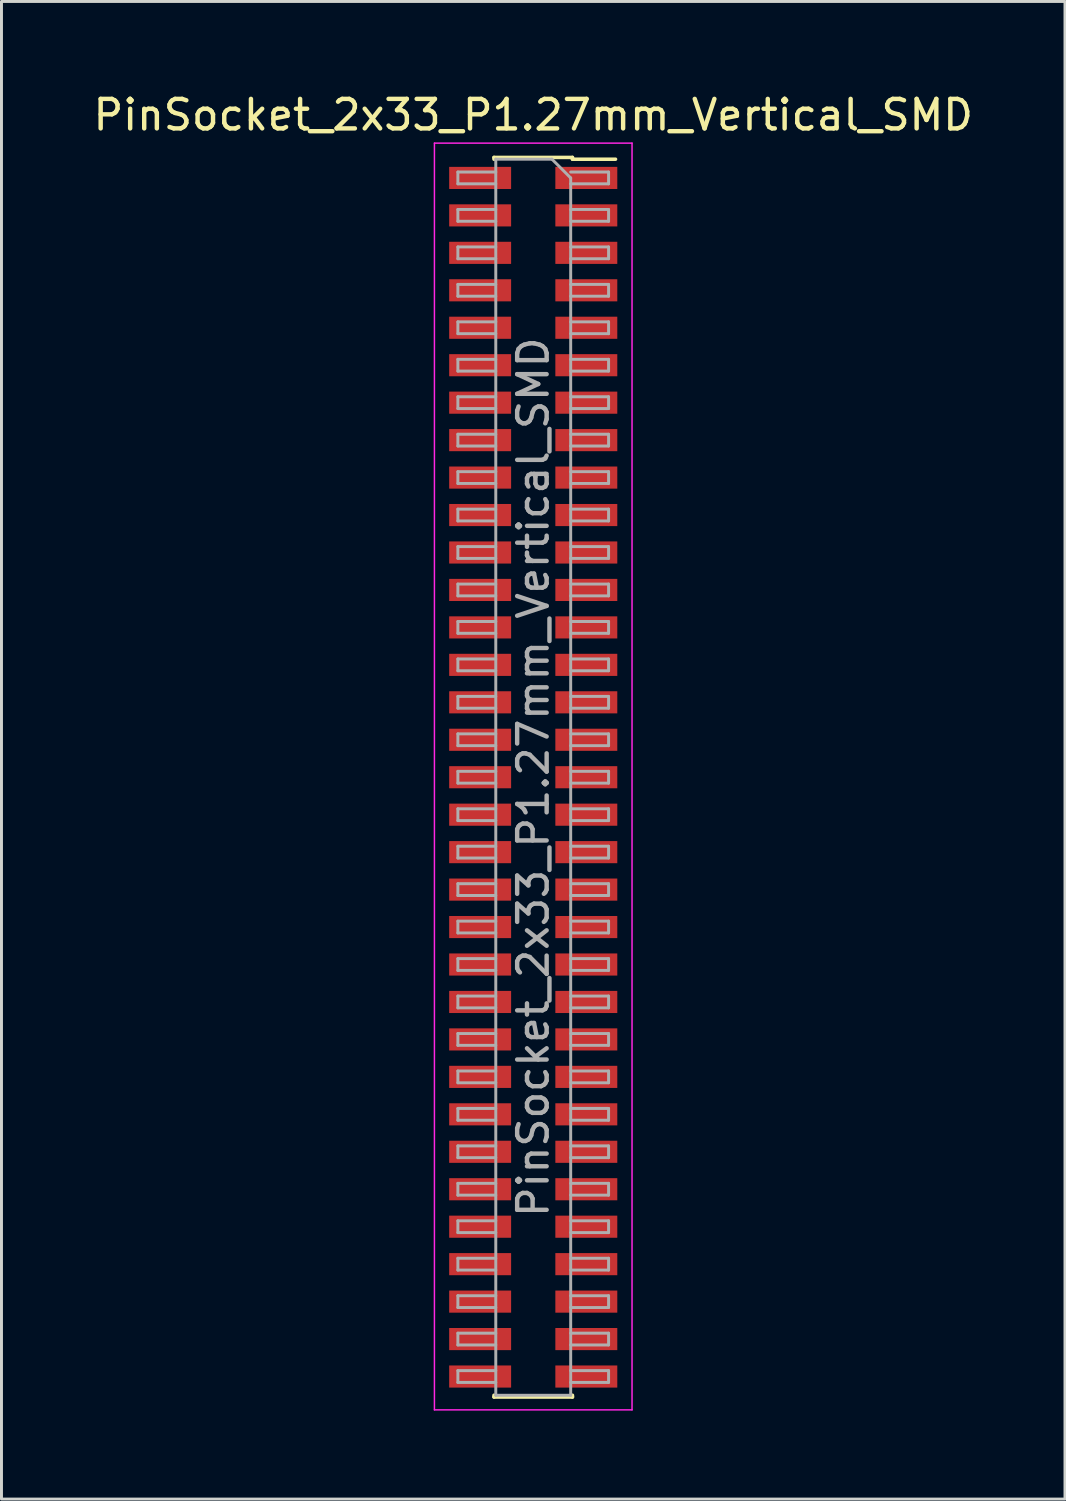
<source format=kicad_pcb>
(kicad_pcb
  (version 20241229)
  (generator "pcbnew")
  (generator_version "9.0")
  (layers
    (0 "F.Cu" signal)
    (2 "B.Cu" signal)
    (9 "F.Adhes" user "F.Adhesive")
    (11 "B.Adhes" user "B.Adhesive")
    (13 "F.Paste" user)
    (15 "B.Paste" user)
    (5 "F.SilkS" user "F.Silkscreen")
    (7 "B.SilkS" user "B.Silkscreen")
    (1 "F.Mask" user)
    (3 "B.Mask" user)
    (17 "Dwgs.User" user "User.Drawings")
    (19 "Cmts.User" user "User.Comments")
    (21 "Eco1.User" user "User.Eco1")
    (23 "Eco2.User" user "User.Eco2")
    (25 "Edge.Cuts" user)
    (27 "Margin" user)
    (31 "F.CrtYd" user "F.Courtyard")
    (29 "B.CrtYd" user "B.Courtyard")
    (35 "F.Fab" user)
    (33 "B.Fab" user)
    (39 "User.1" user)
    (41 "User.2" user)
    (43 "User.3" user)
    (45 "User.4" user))
  (footprint "PinSocket_2x33_P1.27mm_Vertical_SMD"
    (layer "F.Cu")
    (at 15.03 23.303)
    (property "Reference" "PinSocket_2x33_P1.27mm_Vertical_SMD" (at 0 -22.455 0) (layer "F.SilkS") (effects (font (size 1 1) (thickness 0.15))))
    (attr smd)
    (fp_line (start -1.33 -21.015) (end -1.33 -20.955) (stroke (width 0.12) (type solid)) (layer "F.SilkS"))
    (fp_line (start -1.33 -21.015) (end 1.33 -21.015) (stroke (width 0.12) (type solid)) (layer "F.SilkS"))
    (fp_line (start -1.33 20.955) (end -1.33 21.015) (stroke (width 0.12) (type solid)) (layer "F.SilkS"))
    (fp_line (start -1.33 21.015) (end 1.33 21.015) (stroke (width 0.12) (type solid)) (layer "F.SilkS"))
    (fp_line (start 1.33 -21.015) (end 1.33 -20.955) (stroke (width 0.12) (type solid)) (layer "F.SilkS"))
    (fp_line (start 1.33 -20.955) (end 2.79 -20.955) (stroke (width 0.12) (type solid)) (layer "F.SilkS"))
    (fp_line (start 1.33 20.955) (end 1.33 21.015) (stroke (width 0.12) (type solid)) (layer "F.SilkS"))
    (fp_line (start -3.35 -21.5) (end 3.35 -21.5) (stroke (width 0.05) (type solid)) (layer "F.CrtYd"))
    (fp_line (start -3.35 21.45) (end -3.35 -21.5) (stroke (width 0.05) (type solid)) (layer "F.CrtYd"))
    (fp_line (start 3.35 -21.5) (end 3.35 21.45) (stroke (width 0.05) (type solid)) (layer "F.CrtYd"))
    (fp_line (start 3.35 21.45) (end -3.35 21.45) (stroke (width 0.05) (type solid)) (layer "F.CrtYd"))
    (fp_line (start -2.555 -20.52) (end -1.27 -20.52) (stroke (width 0.1) (type solid)) (layer "F.Fab"))
    (fp_line (start -2.555 -20.12) (end -2.555 -20.52) (stroke (width 0.1) (type solid)) (layer "F.Fab"))
    (fp_line (start -2.555 -19.25) (end -1.27 -19.25) (stroke (width 0.1) (type solid)) (layer "F.Fab"))
    (fp_line (start -2.555 -18.85) (end -2.555 -19.25) (stroke (width 0.1) (type solid)) (layer "F.Fab"))
    (fp_line (start -2.555 -17.98) (end -1.27 -17.98) (stroke (width 0.1) (type solid)) (layer "F.Fab"))
    (fp_line (start -2.555 -17.58) (end -2.555 -17.98) (stroke (width 0.1) (type solid)) (layer "F.Fab"))
    (fp_line (start -2.555 -16.71) (end -1.27 -16.71) (stroke (width 0.1) (type solid)) (layer "F.Fab"))
    (fp_line (start -2.555 -16.31) (end -2.555 -16.71) (stroke (width 0.1) (type solid)) (layer "F.Fab"))
    (fp_line (start -2.555 -15.44) (end -1.27 -15.44) (stroke (width 0.1) (type solid)) (layer "F.Fab"))
    (fp_line (start -2.555 -15.04) (end -2.555 -15.44) (stroke (width 0.1) (type solid)) (layer "F.Fab"))
    (fp_line (start -2.555 -14.17) (end -1.27 -14.17) (stroke (width 0.1) (type solid)) (layer "F.Fab"))
    (fp_line (start -2.555 -13.77) (end -2.555 -14.17) (stroke (width 0.1) (type solid)) (layer "F.Fab"))
    (fp_line (start -2.555 -12.9) (end -1.27 -12.9) (stroke (width 0.1) (type solid)) (layer "F.Fab"))
    (fp_line (start -2.555 -12.5) (end -2.555 -12.9) (stroke (width 0.1) (type solid)) (layer "F.Fab"))
    (fp_line (start -2.555 -11.63) (end -1.27 -11.63) (stroke (width 0.1) (type solid)) (layer "F.Fab"))
    (fp_line (start -2.555 -11.23) (end -2.555 -11.63) (stroke (width 0.1) (type solid)) (layer "F.Fab"))
    (fp_line (start -2.555 -10.36) (end -1.27 -10.36) (stroke (width 0.1) (type solid)) (layer "F.Fab"))
    (fp_line (start -2.555 -9.96) (end -2.555 -10.36) (stroke (width 0.1) (type solid)) (layer "F.Fab"))
    (fp_line (start -2.555 -9.09) (end -1.27 -9.09) (stroke (width 0.1) (type solid)) (layer "F.Fab"))
    (fp_line (start -2.555 -8.69) (end -2.555 -9.09) (stroke (width 0.1) (type solid)) (layer "F.Fab"))
    (fp_line (start -2.555 -7.82) (end -1.27 -7.82) (stroke (width 0.1) (type solid)) (layer "F.Fab"))
    (fp_line (start -2.555 -7.42) (end -2.555 -7.82) (stroke (width 0.1) (type solid)) (layer "F.Fab"))
    (fp_line (start -2.555 -6.55) (end -1.27 -6.55) (stroke (width 0.1) (type solid)) (layer "F.Fab"))
    (fp_line (start -2.555 -6.15) (end -2.555 -6.55) (stroke (width 0.1) (type solid)) (layer "F.Fab"))
    (fp_line (start -2.555 -5.28) (end -1.27 -5.28) (stroke (width 0.1) (type solid)) (layer "F.Fab"))
    (fp_line (start -2.555 -4.88) (end -2.555 -5.28) (stroke (width 0.1) (type solid)) (layer "F.Fab"))
    (fp_line (start -2.555 -4.01) (end -1.27 -4.01) (stroke (width 0.1) (type solid)) (layer "F.Fab"))
    (fp_line (start -2.555 -3.61) (end -2.555 -4.01) (stroke (width 0.1) (type solid)) (layer "F.Fab"))
    (fp_line (start -2.555 -2.74) (end -1.27 -2.74) (stroke (width 0.1) (type solid)) (layer "F.Fab"))
    (fp_line (start -2.555 -2.34) (end -2.555 -2.74) (stroke (width 0.1) (type solid)) (layer "F.Fab"))
    (fp_line (start -2.555 -1.47) (end -1.27 -1.47) (stroke (width 0.1) (type solid)) (layer "F.Fab"))
    (fp_line (start -2.555 -1.07) (end -2.555 -1.47) (stroke (width 0.1) (type solid)) (layer "F.Fab"))
    (fp_line (start -2.555 -0.2) (end -1.27 -0.2) (stroke (width 0.1) (type solid)) (layer "F.Fab"))
    (fp_line (start -2.555 0.2) (end -2.555 -0.2) (stroke (width 0.1) (type solid)) (layer "F.Fab"))
    (fp_line (start -2.555 1.07) (end -1.27 1.07) (stroke (width 0.1) (type solid)) (layer "F.Fab"))
    (fp_line (start -2.555 1.47) (end -2.555 1.07) (stroke (width 0.1) (type solid)) (layer "F.Fab"))
    (fp_line (start -2.555 2.34) (end -1.27 2.34) (stroke (width 0.1) (type solid)) (layer "F.Fab"))
    (fp_line (start -2.555 2.74) (end -2.555 2.34) (stroke (width 0.1) (type solid)) (layer "F.Fab"))
    (fp_line (start -2.555 3.61) (end -1.27 3.61) (stroke (width 0.1) (type solid)) (layer "F.Fab"))
    (fp_line (start -2.555 4.01) (end -2.555 3.61) (stroke (width 0.1) (type solid)) (layer "F.Fab"))
    (fp_line (start -2.555 4.88) (end -1.27 4.88) (stroke (width 0.1) (type solid)) (layer "F.Fab"))
    (fp_line (start -2.555 5.28) (end -2.555 4.88) (stroke (width 0.1) (type solid)) (layer "F.Fab"))
    (fp_line (start -2.555 6.15) (end -1.27 6.15) (stroke (width 0.1) (type solid)) (layer "F.Fab"))
    (fp_line (start -2.555 6.55) (end -2.555 6.15) (stroke (width 0.1) (type solid)) (layer "F.Fab"))
    (fp_line (start -2.555 7.42) (end -1.27 7.42) (stroke (width 0.1) (type solid)) (layer "F.Fab"))
    (fp_line (start -2.555 7.82) (end -2.555 7.42) (stroke (width 0.1) (type solid)) (layer "F.Fab"))
    (fp_line (start -2.555 8.69) (end -1.27 8.69) (stroke (width 0.1) (type solid)) (layer "F.Fab"))
    (fp_line (start -2.555 9.09) (end -2.555 8.69) (stroke (width 0.1) (type solid)) (layer "F.Fab"))
    (fp_line (start -2.555 9.96) (end -1.27 9.96) (stroke (width 0.1) (type solid)) (layer "F.Fab"))
    (fp_line (start -2.555 10.36) (end -2.555 9.96) (stroke (width 0.1) (type solid)) (layer "F.Fab"))
    (fp_line (start -2.555 11.23) (end -1.27 11.23) (stroke (width 0.1) (type solid)) (layer "F.Fab"))
    (fp_line (start -2.555 11.63) (end -2.555 11.23) (stroke (width 0.1) (type solid)) (layer "F.Fab"))
    (fp_line (start -2.555 12.5) (end -1.27 12.5) (stroke (width 0.1) (type solid)) (layer "F.Fab"))
    (fp_line (start -2.555 12.9) (end -2.555 12.5) (stroke (width 0.1) (type solid)) (layer "F.Fab"))
    (fp_line (start -2.555 13.77) (end -1.27 13.77) (stroke (width 0.1) (type solid)) (layer "F.Fab"))
    (fp_line (start -2.555 14.17) (end -2.555 13.77) (stroke (width 0.1) (type solid)) (layer "F.Fab"))
    (fp_line (start -2.555 15.04) (end -1.27 15.04) (stroke (width 0.1) (type solid)) (layer "F.Fab"))
    (fp_line (start -2.555 15.44) (end -2.555 15.04) (stroke (width 0.1) (type solid)) (layer "F.Fab"))
    (fp_line (start -2.555 16.31) (end -1.27 16.31) (stroke (width 0.1) (type solid)) (layer "F.Fab"))
    (fp_line (start -2.555 16.71) (end -2.555 16.31) (stroke (width 0.1) (type solid)) (layer "F.Fab"))
    (fp_line (start -2.555 17.58) (end -1.27 17.58) (stroke (width 0.1) (type solid)) (layer "F.Fab"))
    (fp_line (start -2.555 17.98) (end -2.555 17.58) (stroke (width 0.1) (type solid)) (layer "F.Fab"))
    (fp_line (start -2.555 18.85) (end -1.27 18.85) (stroke (width 0.1) (type solid)) (layer "F.Fab"))
    (fp_line (start -2.555 19.25) (end -2.555 18.85) (stroke (width 0.1) (type solid)) (layer "F.Fab"))
    (fp_line (start -2.555 20.12) (end -1.27 20.12) (stroke (width 0.1) (type solid)) (layer "F.Fab"))
    (fp_line (start -2.555 20.52) (end -2.555 20.12) (stroke (width 0.1) (type solid)) (layer "F.Fab"))
    (fp_line (start -1.27 -20.955) (end 0.635 -20.955) (stroke (width 0.1) (type solid)) (layer "F.Fab"))
    (fp_line (start -1.27 -20.12) (end -2.555 -20.12) (stroke (width 0.1) (type solid)) (layer "F.Fab"))
    (fp_line (start -1.27 -18.85) (end -2.555 -18.85) (stroke (width 0.1) (type solid)) (layer "F.Fab"))
    (fp_line (start -1.27 -17.58) (end -2.555 -17.58) (stroke (width 0.1) (type solid)) (layer "F.Fab"))
    (fp_line (start -1.27 -16.31) (end -2.555 -16.31) (stroke (width 0.1) (type solid)) (layer "F.Fab"))
    (fp_line (start -1.27 -15.04) (end -2.555 -15.04) (stroke (width 0.1) (type solid)) (layer "F.Fab"))
    (fp_line (start -1.27 -13.77) (end -2.555 -13.77) (stroke (width 0.1) (type solid)) (layer "F.Fab"))
    (fp_line (start -1.27 -12.5) (end -2.555 -12.5) (stroke (width 0.1) (type solid)) (layer "F.Fab"))
    (fp_line (start -1.27 -11.23) (end -2.555 -11.23) (stroke (width 0.1) (type solid)) (layer "F.Fab"))
    (fp_line (start -1.27 -9.96) (end -2.555 -9.96) (stroke (width 0.1) (type solid)) (layer "F.Fab"))
    (fp_line (start -1.27 -8.69) (end -2.555 -8.69) (stroke (width 0.1) (type solid)) (layer "F.Fab"))
    (fp_line (start -1.27 -7.42) (end -2.555 -7.42) (stroke (width 0.1) (type solid)) (layer "F.Fab"))
    (fp_line (start -1.27 -6.15) (end -2.555 -6.15) (stroke (width 0.1) (type solid)) (layer "F.Fab"))
    (fp_line (start -1.27 -4.88) (end -2.555 -4.88) (stroke (width 0.1) (type solid)) (layer "F.Fab"))
    (fp_line (start -1.27 -3.61) (end -2.555 -3.61) (stroke (width 0.1) (type solid)) (layer "F.Fab"))
    (fp_line (start -1.27 -2.34) (end -2.555 -2.34) (stroke (width 0.1) (type solid)) (layer "F.Fab"))
    (fp_line (start -1.27 -1.07) (end -2.555 -1.07) (stroke (width 0.1) (type solid)) (layer "F.Fab"))
    (fp_line (start -1.27 0.2) (end -2.555 0.2) (stroke (width 0.1) (type solid)) (layer "F.Fab"))
    (fp_line (start -1.27 1.47) (end -2.555 1.47) (stroke (width 0.1) (type solid)) (layer "F.Fab"))
    (fp_line (start -1.27 2.74) (end -2.555 2.74) (stroke (width 0.1) (type solid)) (layer "F.Fab"))
    (fp_line (start -1.27 4.01) (end -2.555 4.01) (stroke (width 0.1) (type solid)) (layer "F.Fab"))
    (fp_line (start -1.27 5.28) (end -2.555 5.28) (stroke (width 0.1) (type solid)) (layer "F.Fab"))
    (fp_line (start -1.27 6.55) (end -2.555 6.55) (stroke (width 0.1) (type solid)) (layer "F.Fab"))
    (fp_line (start -1.27 7.82) (end -2.555 7.82) (stroke (width 0.1) (type solid)) (layer "F.Fab"))
    (fp_line (start -1.27 9.09) (end -2.555 9.09) (stroke (width 0.1) (type solid)) (layer "F.Fab"))
    (fp_line (start -1.27 10.36) (end -2.555 10.36) (stroke (width 0.1) (type solid)) (layer "F.Fab"))
    (fp_line (start -1.27 11.63) (end -2.555 11.63) (stroke (width 0.1) (type solid)) (layer "F.Fab"))
    (fp_line (start -1.27 12.9) (end -2.555 12.9) (stroke (width 0.1) (type solid)) (layer "F.Fab"))
    (fp_line (start -1.27 14.17) (end -2.555 14.17) (stroke (width 0.1) (type solid)) (layer "F.Fab"))
    (fp_line (start -1.27 15.44) (end -2.555 15.44) (stroke (width 0.1) (type solid)) (layer "F.Fab"))
    (fp_line (start -1.27 16.71) (end -2.555 16.71) (stroke (width 0.1) (type solid)) (layer "F.Fab"))
    (fp_line (start -1.27 17.98) (end -2.555 17.98) (stroke (width 0.1) (type solid)) (layer "F.Fab"))
    (fp_line (start -1.27 19.25) (end -2.555 19.25) (stroke (width 0.1) (type solid)) (layer "F.Fab"))
    (fp_line (start -1.27 20.52) (end -2.555 20.52) (stroke (width 0.1) (type solid)) (layer "F.Fab"))
    (fp_line (start -1.27 20.955) (end -1.27 -20.955) (stroke (width 0.1) (type solid)) (layer "F.Fab"))
    (fp_line (start 0.635 -20.955) (end 1.27 -20.32) (stroke (width 0.1) (type solid)) (layer "F.Fab"))
    (fp_line (start 1.27 -20.52) (end 2.555 -20.52) (stroke (width 0.1) (type solid)) (layer "F.Fab"))
    (fp_line (start 1.27 -20.32) (end 1.27 20.955) (stroke (width 0.1) (type solid)) (layer "F.Fab"))
    (fp_line (start 1.27 -19.25) (end 2.555 -19.25) (stroke (width 0.1) (type solid)) (layer "F.Fab"))
    (fp_line (start 1.27 -17.98) (end 2.555 -17.98) (stroke (width 0.1) (type solid)) (layer "F.Fab"))
    (fp_line (start 1.27 -16.71) (end 2.555 -16.71) (stroke (width 0.1) (type solid)) (layer "F.Fab"))
    (fp_line (start 1.27 -15.44) (end 2.555 -15.44) (stroke (width 0.1) (type solid)) (layer "F.Fab"))
    (fp_line (start 1.27 -14.17) (end 2.555 -14.17) (stroke (width 0.1) (type solid)) (layer "F.Fab"))
    (fp_line (start 1.27 -12.9) (end 2.555 -12.9) (stroke (width 0.1) (type solid)) (layer "F.Fab"))
    (fp_line (start 1.27 -11.63) (end 2.555 -11.63) (stroke (width 0.1) (type solid)) (layer "F.Fab"))
    (fp_line (start 1.27 -10.36) (end 2.555 -10.36) (stroke (width 0.1) (type solid)) (layer "F.Fab"))
    (fp_line (start 1.27 -9.09) (end 2.555 -9.09) (stroke (width 0.1) (type solid)) (layer "F.Fab"))
    (fp_line (start 1.27 -7.82) (end 2.555 -7.82) (stroke (width 0.1) (type solid)) (layer "F.Fab"))
    (fp_line (start 1.27 -6.55) (end 2.555 -6.55) (stroke (width 0.1) (type solid)) (layer "F.Fab"))
    (fp_line (start 1.27 -5.28) (end 2.555 -5.28) (stroke (width 0.1) (type solid)) (layer "F.Fab"))
    (fp_line (start 1.27 -4.01) (end 2.555 -4.01) (stroke (width 0.1) (type solid)) (layer "F.Fab"))
    (fp_line (start 1.27 -2.74) (end 2.555 -2.74) (stroke (width 0.1) (type solid)) (layer "F.Fab"))
    (fp_line (start 1.27 -1.47) (end 2.555 -1.47) (stroke (width 0.1) (type solid)) (layer "F.Fab"))
    (fp_line (start 1.27 -0.2) (end 2.555 -0.2) (stroke (width 0.1) (type solid)) (layer "F.Fab"))
    (fp_line (start 1.27 1.07) (end 2.555 1.07) (stroke (width 0.1) (type solid)) (layer "F.Fab"))
    (fp_line (start 1.27 2.34) (end 2.555 2.34) (stroke (width 0.1) (type solid)) (layer "F.Fab"))
    (fp_line (start 1.27 3.61) (end 2.555 3.61) (stroke (width 0.1) (type solid)) (layer "F.Fab"))
    (fp_line (start 1.27 4.88) (end 2.555 4.88) (stroke (width 0.1) (type solid)) (layer "F.Fab"))
    (fp_line (start 1.27 6.15) (end 2.555 6.15) (stroke (width 0.1) (type solid)) (layer "F.Fab"))
    (fp_line (start 1.27 7.42) (end 2.555 7.42) (stroke (width 0.1) (type solid)) (layer "F.Fab"))
    (fp_line (start 1.27 8.69) (end 2.555 8.69) (stroke (width 0.1) (type solid)) (layer "F.Fab"))
    (fp_line (start 1.27 9.96) (end 2.555 9.96) (stroke (width 0.1) (type solid)) (layer "F.Fab"))
    (fp_line (start 1.27 11.23) (end 2.555 11.23) (stroke (width 0.1) (type solid)) (layer "F.Fab"))
    (fp_line (start 1.27 12.5) (end 2.555 12.5) (stroke (width 0.1) (type solid)) (layer "F.Fab"))
    (fp_line (start 1.27 13.77) (end 2.555 13.77) (stroke (width 0.1) (type solid)) (layer "F.Fab"))
    (fp_line (start 1.27 15.04) (end 2.555 15.04) (stroke (width 0.1) (type solid)) (layer "F.Fab"))
    (fp_line (start 1.27 16.31) (end 2.555 16.31) (stroke (width 0.1) (type solid)) (layer "F.Fab"))
    (fp_line (start 1.27 17.58) (end 2.555 17.58) (stroke (width 0.1) (type solid)) (layer "F.Fab"))
    (fp_line (start 1.27 18.85) (end 2.555 18.85) (stroke (width 0.1) (type solid)) (layer "F.Fab"))
    (fp_line (start 1.27 20.12) (end 2.555 20.12) (stroke (width 0.1) (type solid)) (layer "F.Fab"))
    (fp_line (start 1.27 20.955) (end -1.27 20.955) (stroke (width 0.1) (type solid)) (layer "F.Fab"))
    (fp_line (start 2.555 -20.52) (end 2.555 -20.12) (stroke (width 0.1) (type solid)) (layer "F.Fab"))
    (fp_line (start 2.555 -20.12) (end 1.27 -20.12) (stroke (width 0.1) (type solid)) (layer "F.Fab"))
    (fp_line (start 2.555 -19.25) (end 2.555 -18.85) (stroke (width 0.1) (type solid)) (layer "F.Fab"))
    (fp_line (start 2.555 -18.85) (end 1.27 -18.85) (stroke (width 0.1) (type solid)) (layer "F.Fab"))
    (fp_line (start 2.555 -17.98) (end 2.555 -17.58) (stroke (width 0.1) (type solid)) (layer "F.Fab"))
    (fp_line (start 2.555 -17.58) (end 1.27 -17.58) (stroke (width 0.1) (type solid)) (layer "F.Fab"))
    (fp_line (start 2.555 -16.71) (end 2.555 -16.31) (stroke (width 0.1) (type solid)) (layer "F.Fab"))
    (fp_line (start 2.555 -16.31) (end 1.27 -16.31) (stroke (width 0.1) (type solid)) (layer "F.Fab"))
    (fp_line (start 2.555 -15.44) (end 2.555 -15.04) (stroke (width 0.1) (type solid)) (layer "F.Fab"))
    (fp_line (start 2.555 -15.04) (end 1.27 -15.04) (stroke (width 0.1) (type solid)) (layer "F.Fab"))
    (fp_line (start 2.555 -14.17) (end 2.555 -13.77) (stroke (width 0.1) (type solid)) (layer "F.Fab"))
    (fp_line (start 2.555 -13.77) (end 1.27 -13.77) (stroke (width 0.1) (type solid)) (layer "F.Fab"))
    (fp_line (start 2.555 -12.9) (end 2.555 -12.5) (stroke (width 0.1) (type solid)) (layer "F.Fab"))
    (fp_line (start 2.555 -12.5) (end 1.27 -12.5) (stroke (width 0.1) (type solid)) (layer "F.Fab"))
    (fp_line (start 2.555 -11.63) (end 2.555 -11.23) (stroke (width 0.1) (type solid)) (layer "F.Fab"))
    (fp_line (start 2.555 -11.23) (end 1.27 -11.23) (stroke (width 0.1) (type solid)) (layer "F.Fab"))
    (fp_line (start 2.555 -10.36) (end 2.555 -9.96) (stroke (width 0.1) (type solid)) (layer "F.Fab"))
    (fp_line (start 2.555 -9.96) (end 1.27 -9.96) (stroke (width 0.1) (type solid)) (layer "F.Fab"))
    (fp_line (start 2.555 -9.09) (end 2.555 -8.69) (stroke (width 0.1) (type solid)) (layer "F.Fab"))
    (fp_line (start 2.555 -8.69) (end 1.27 -8.69) (stroke (width 0.1) (type solid)) (layer "F.Fab"))
    (fp_line (start 2.555 -7.82) (end 2.555 -7.42) (stroke (width 0.1) (type solid)) (layer "F.Fab"))
    (fp_line (start 2.555 -7.42) (end 1.27 -7.42) (stroke (width 0.1) (type solid)) (layer "F.Fab"))
    (fp_line (start 2.555 -6.55) (end 2.555 -6.15) (stroke (width 0.1) (type solid)) (layer "F.Fab"))
    (fp_line (start 2.555 -6.15) (end 1.27 -6.15) (stroke (width 0.1) (type solid)) (layer "F.Fab"))
    (fp_line (start 2.555 -5.28) (end 2.555 -4.88) (stroke (width 0.1) (type solid)) (layer "F.Fab"))
    (fp_line (start 2.555 -4.88) (end 1.27 -4.88) (stroke (width 0.1) (type solid)) (layer "F.Fab"))
    (fp_line (start 2.555 -4.01) (end 2.555 -3.61) (stroke (width 0.1) (type solid)) (layer "F.Fab"))
    (fp_line (start 2.555 -3.61) (end 1.27 -3.61) (stroke (width 0.1) (type solid)) (layer "F.Fab"))
    (fp_line (start 2.555 -2.74) (end 2.555 -2.34) (stroke (width 0.1) (type solid)) (layer "F.Fab"))
    (fp_line (start 2.555 -2.34) (end 1.27 -2.34) (stroke (width 0.1) (type solid)) (layer "F.Fab"))
    (fp_line (start 2.555 -1.47) (end 2.555 -1.07) (stroke (width 0.1) (type solid)) (layer "F.Fab"))
    (fp_line (start 2.555 -1.07) (end 1.27 -1.07) (stroke (width 0.1) (type solid)) (layer "F.Fab"))
    (fp_line (start 2.555 -0.2) (end 2.555 0.2) (stroke (width 0.1) (type solid)) (layer "F.Fab"))
    (fp_line (start 2.555 0.2) (end 1.27 0.2) (stroke (width 0.1) (type solid)) (layer "F.Fab"))
    (fp_line (start 2.555 1.07) (end 2.555 1.47) (stroke (width 0.1) (type solid)) (layer "F.Fab"))
    (fp_line (start 2.555 1.47) (end 1.27 1.47) (stroke (width 0.1) (type solid)) (layer "F.Fab"))
    (fp_line (start 2.555 2.34) (end 2.555 2.74) (stroke (width 0.1) (type solid)) (layer "F.Fab"))
    (fp_line (start 2.555 2.74) (end 1.27 2.74) (stroke (width 0.1) (type solid)) (layer "F.Fab"))
    (fp_line (start 2.555 3.61) (end 2.555 4.01) (stroke (width 0.1) (type solid)) (layer "F.Fab"))
    (fp_line (start 2.555 4.01) (end 1.27 4.01) (stroke (width 0.1) (type solid)) (layer "F.Fab"))
    (fp_line (start 2.555 4.88) (end 2.555 5.28) (stroke (width 0.1) (type solid)) (layer "F.Fab"))
    (fp_line (start 2.555 5.28) (end 1.27 5.28) (stroke (width 0.1) (type solid)) (layer "F.Fab"))
    (fp_line (start 2.555 6.15) (end 2.555 6.55) (stroke (width 0.1) (type solid)) (layer "F.Fab"))
    (fp_line (start 2.555 6.55) (end 1.27 6.55) (stroke (width 0.1) (type solid)) (layer "F.Fab"))
    (fp_line (start 2.555 7.42) (end 2.555 7.82) (stroke (width 0.1) (type solid)) (layer "F.Fab"))
    (fp_line (start 2.555 7.82) (end 1.27 7.82) (stroke (width 0.1) (type solid)) (layer "F.Fab"))
    (fp_line (start 2.555 8.69) (end 2.555 9.09) (stroke (width 0.1) (type solid)) (layer "F.Fab"))
    (fp_line (start 2.555 9.09) (end 1.27 9.09) (stroke (width 0.1) (type solid)) (layer "F.Fab"))
    (fp_line (start 2.555 9.96) (end 2.555 10.36) (stroke (width 0.1) (type solid)) (layer "F.Fab"))
    (fp_line (start 2.555 10.36) (end 1.27 10.36) (stroke (width 0.1) (type solid)) (layer "F.Fab"))
    (fp_line (start 2.555 11.23) (end 2.555 11.63) (stroke (width 0.1) (type solid)) (layer "F.Fab"))
    (fp_line (start 2.555 11.63) (end 1.27 11.63) (stroke (width 0.1) (type solid)) (layer "F.Fab"))
    (fp_line (start 2.555 12.5) (end 2.555 12.9) (stroke (width 0.1) (type solid)) (layer "F.Fab"))
    (fp_line (start 2.555 12.9) (end 1.27 12.9) (stroke (width 0.1) (type solid)) (layer "F.Fab"))
    (fp_line (start 2.555 13.77) (end 2.555 14.17) (stroke (width 0.1) (type solid)) (layer "F.Fab"))
    (fp_line (start 2.555 14.17) (end 1.27 14.17) (stroke (width 0.1) (type solid)) (layer "F.Fab"))
    (fp_line (start 2.555 15.04) (end 2.555 15.44) (stroke (width 0.1) (type solid)) (layer "F.Fab"))
    (fp_line (start 2.555 15.44) (end 1.27 15.44) (stroke (width 0.1) (type solid)) (layer "F.Fab"))
    (fp_line (start 2.555 16.31) (end 2.555 16.71) (stroke (width 0.1) (type solid)) (layer "F.Fab"))
    (fp_line (start 2.555 16.71) (end 1.27 16.71) (stroke (width 0.1) (type solid)) (layer "F.Fab"))
    (fp_line (start 2.555 17.58) (end 2.555 17.98) (stroke (width 0.1) (type solid)) (layer "F.Fab"))
    (fp_line (start 2.555 17.98) (end 1.27 17.98) (stroke (width 0.1) (type solid)) (layer "F.Fab"))
    (fp_line (start 2.555 18.85) (end 2.555 19.25) (stroke (width 0.1) (type solid)) (layer "F.Fab"))
    (fp_line (start 2.555 19.25) (end 1.27 19.25) (stroke (width 0.1) (type solid)) (layer "F.Fab"))
    (fp_line (start 2.555 20.12) (end 2.555 20.52) (stroke (width 0.1) (type solid)) (layer "F.Fab"))
    (fp_line (start 2.555 20.52) (end 1.27 20.52) (stroke (width 0.1) (type solid)) (layer "F.Fab"))
    (fp_text user "${REFERENCE}" (at 0 0 90) (layer "F.Fab") (effects (font (size 1 1) (thickness 0.15))))
    (pad "1" smd rect (at 1.8 -20.32) (size 2.1 0.75) (layers "F.Cu" "F.Mask" "F.Paste"))
    (pad "2" smd rect (at -1.8 -20.32) (size 2.1 0.75) (layers "F.Cu" "F.Mask" "F.Paste"))
    (pad "3" smd rect (at 1.8 -19.05) (size 2.1 0.75) (layers "F.Cu" "F.Mask" "F.Paste"))
    (pad "4" smd rect (at -1.8 -19.05) (size 2.1 0.75) (layers "F.Cu" "F.Mask" "F.Paste"))
    (pad "5" smd rect (at 1.8 -17.78) (size 2.1 0.75) (layers "F.Cu" "F.Mask" "F.Paste"))
    (pad "6" smd rect (at -1.8 -17.78) (size 2.1 0.75) (layers "F.Cu" "F.Mask" "F.Paste"))
    (pad "7" smd rect (at 1.8 -16.51) (size 2.1 0.75) (layers "F.Cu" "F.Mask" "F.Paste"))
    (pad "8" smd rect (at -1.8 -16.51) (size 2.1 0.75) (layers "F.Cu" "F.Mask" "F.Paste"))
    (pad "9" smd rect (at 1.8 -15.24) (size 2.1 0.75) (layers "F.Cu" "F.Mask" "F.Paste"))
    (pad "10" smd rect (at -1.8 -15.24) (size 2.1 0.75) (layers "F.Cu" "F.Mask" "F.Paste"))
    (pad "11" smd rect (at 1.8 -13.97) (size 2.1 0.75) (layers "F.Cu" "F.Mask" "F.Paste"))
    (pad "12" smd rect (at -1.8 -13.97) (size 2.1 0.75) (layers "F.Cu" "F.Mask" "F.Paste"))
    (pad "13" smd rect (at 1.8 -12.7) (size 2.1 0.75) (layers "F.Cu" "F.Mask" "F.Paste"))
    (pad "14" smd rect (at -1.8 -12.7) (size 2.1 0.75) (layers "F.Cu" "F.Mask" "F.Paste"))
    (pad "15" smd rect (at 1.8 -11.43) (size 2.1 0.75) (layers "F.Cu" "F.Mask" "F.Paste"))
    (pad "16" smd rect (at -1.8 -11.43) (size 2.1 0.75) (layers "F.Cu" "F.Mask" "F.Paste"))
    (pad "17" smd rect (at 1.8 -10.16) (size 2.1 0.75) (layers "F.Cu" "F.Mask" "F.Paste"))
    (pad "18" smd rect (at -1.8 -10.16) (size 2.1 0.75) (layers "F.Cu" "F.Mask" "F.Paste"))
    (pad "19" smd rect (at 1.8 -8.89) (size 2.1 0.75) (layers "F.Cu" "F.Mask" "F.Paste"))
    (pad "20" smd rect (at -1.8 -8.89) (size 2.1 0.75) (layers "F.Cu" "F.Mask" "F.Paste"))
    (pad "21" smd rect (at 1.8 -7.62) (size 2.1 0.75) (layers "F.Cu" "F.Mask" "F.Paste"))
    (pad "22" smd rect (at -1.8 -7.62) (size 2.1 0.75) (layers "F.Cu" "F.Mask" "F.Paste"))
    (pad "23" smd rect (at 1.8 -6.35) (size 2.1 0.75) (layers "F.Cu" "F.Mask" "F.Paste"))
    (pad "24" smd rect (at -1.8 -6.35) (size 2.1 0.75) (layers "F.Cu" "F.Mask" "F.Paste"))
    (pad "25" smd rect (at 1.8 -5.08) (size 2.1 0.75) (layers "F.Cu" "F.Mask" "F.Paste"))
    (pad "26" smd rect (at -1.8 -5.08) (size 2.1 0.75) (layers "F.Cu" "F.Mask" "F.Paste"))
    (pad "27" smd rect (at 1.8 -3.81) (size 2.1 0.75) (layers "F.Cu" "F.Mask" "F.Paste"))
    (pad "28" smd rect (at -1.8 -3.81) (size 2.1 0.75) (layers "F.Cu" "F.Mask" "F.Paste"))
    (pad "29" smd rect (at 1.8 -2.54) (size 2.1 0.75) (layers "F.Cu" "F.Mask" "F.Paste"))
    (pad "30" smd rect (at -1.8 -2.54) (size 2.1 0.75) (layers "F.Cu" "F.Mask" "F.Paste"))
    (pad "31" smd rect (at 1.8 -1.27) (size 2.1 0.75) (layers "F.Cu" "F.Mask" "F.Paste"))
    (pad "32" smd rect (at -1.8 -1.27) (size 2.1 0.75) (layers "F.Cu" "F.Mask" "F.Paste"))
    (pad "33" smd rect (at 1.8 0) (size 2.1 0.75) (layers "F.Cu" "F.Mask" "F.Paste"))
    (pad "34" smd rect (at -1.8 0) (size 2.1 0.75) (layers "F.Cu" "F.Mask" "F.Paste"))
    (pad "35" smd rect (at 1.8 1.27) (size 2.1 0.75) (layers "F.Cu" "F.Mask" "F.Paste"))
    (pad "36" smd rect (at -1.8 1.27) (size 2.1 0.75) (layers "F.Cu" "F.Mask" "F.Paste"))
    (pad "37" smd rect (at 1.8 2.54) (size 2.1 0.75) (layers "F.Cu" "F.Mask" "F.Paste"))
    (pad "38" smd rect (at -1.8 2.54) (size 2.1 0.75) (layers "F.Cu" "F.Mask" "F.Paste"))
    (pad "39" smd rect (at 1.8 3.81) (size 2.1 0.75) (layers "F.Cu" "F.Mask" "F.Paste"))
    (pad "40" smd rect (at -1.8 3.81) (size 2.1 0.75) (layers "F.Cu" "F.Mask" "F.Paste"))
    (pad "41" smd rect (at 1.8 5.08) (size 2.1 0.75) (layers "F.Cu" "F.Mask" "F.Paste"))
    (pad "42" smd rect (at -1.8 5.08) (size 2.1 0.75) (layers "F.Cu" "F.Mask" "F.Paste"))
    (pad "43" smd rect (at 1.8 6.35) (size 2.1 0.75) (layers "F.Cu" "F.Mask" "F.Paste"))
    (pad "44" smd rect (at -1.8 6.35) (size 2.1 0.75) (layers "F.Cu" "F.Mask" "F.Paste"))
    (pad "45" smd rect (at 1.8 7.62) (size 2.1 0.75) (layers "F.Cu" "F.Mask" "F.Paste"))
    (pad "46" smd rect (at -1.8 7.62) (size 2.1 0.75) (layers "F.Cu" "F.Mask" "F.Paste"))
    (pad "47" smd rect (at 1.8 8.89) (size 2.1 0.75) (layers "F.Cu" "F.Mask" "F.Paste"))
    (pad "48" smd rect (at -1.8 8.89) (size 2.1 0.75) (layers "F.Cu" "F.Mask" "F.Paste"))
    (pad "49" smd rect (at 1.8 10.16) (size 2.1 0.75) (layers "F.Cu" "F.Mask" "F.Paste"))
    (pad "50" smd rect (at -1.8 10.16) (size 2.1 0.75) (layers "F.Cu" "F.Mask" "F.Paste"))
    (pad "51" smd rect (at 1.8 11.43) (size 2.1 0.75) (layers "F.Cu" "F.Mask" "F.Paste"))
    (pad "52" smd rect (at -1.8 11.43) (size 2.1 0.75) (layers "F.Cu" "F.Mask" "F.Paste"))
    (pad "53" smd rect (at 1.8 12.7) (size 2.1 0.75) (layers "F.Cu" "F.Mask" "F.Paste"))
    (pad "54" smd rect (at -1.8 12.7) (size 2.1 0.75) (layers "F.Cu" "F.Mask" "F.Paste"))
    (pad "55" smd rect (at 1.8 13.97) (size 2.1 0.75) (layers "F.Cu" "F.Mask" "F.Paste"))
    (pad "56" smd rect (at -1.8 13.97) (size 2.1 0.75) (layers "F.Cu" "F.Mask" "F.Paste"))
    (pad "57" smd rect (at 1.8 15.24) (size 2.1 0.75) (layers "F.Cu" "F.Mask" "F.Paste"))
    (pad "58" smd rect (at -1.8 15.24) (size 2.1 0.75) (layers "F.Cu" "F.Mask" "F.Paste"))
    (pad "59" smd rect (at 1.8 16.51) (size 2.1 0.75) (layers "F.Cu" "F.Mask" "F.Paste"))
    (pad "60" smd rect (at -1.8 16.51) (size 2.1 0.75) (layers "F.Cu" "F.Mask" "F.Paste"))
    (pad "61" smd rect (at 1.8 17.78) (size 2.1 0.75) (layers "F.Cu" "F.Mask" "F.Paste"))
    (pad "62" smd rect (at -1.8 17.78) (size 2.1 0.75) (layers "F.Cu" "F.Mask" "F.Paste"))
    (pad "63" smd rect (at 1.8 19.05) (size 2.1 0.75) (layers "F.Cu" "F.Mask" "F.Paste"))
    (pad "64" smd rect (at -1.8 19.05) (size 2.1 0.75) (layers "F.Cu" "F.Mask" "F.Paste"))
    (pad "65" smd rect (at 1.8 20.32) (size 2.1 0.75) (layers "F.Cu" "F.Mask" "F.Paste"))
    (pad "66" smd rect (at -1.8 20.32) (size 2.1 0.75) (layers "F.Cu" "F.Mask" "F.Paste")))
  (gr_rect
    (start -3 -3)
    (end 33.06 47.778)
    (stroke (width 0.1) (type default))
    (fill no)
    (layer "Edge.Cuts")))
</source>
